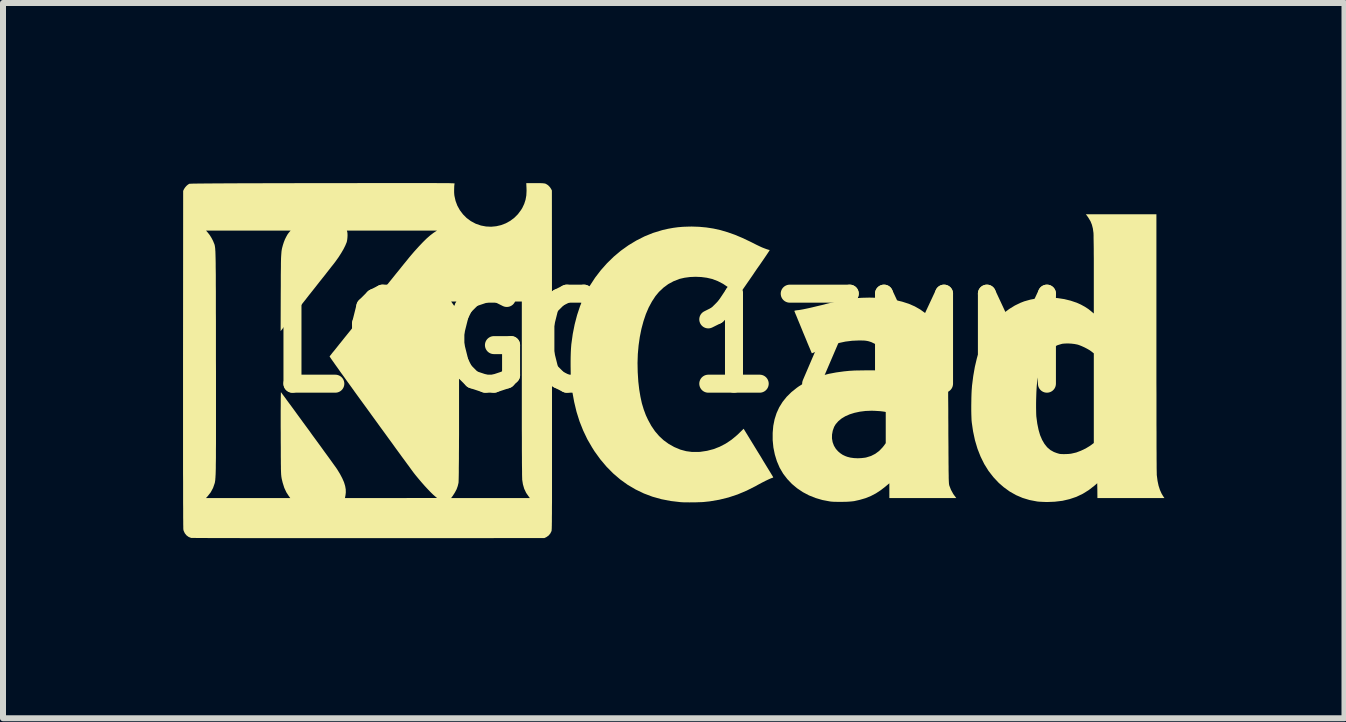
<source format=kicad_pcb>
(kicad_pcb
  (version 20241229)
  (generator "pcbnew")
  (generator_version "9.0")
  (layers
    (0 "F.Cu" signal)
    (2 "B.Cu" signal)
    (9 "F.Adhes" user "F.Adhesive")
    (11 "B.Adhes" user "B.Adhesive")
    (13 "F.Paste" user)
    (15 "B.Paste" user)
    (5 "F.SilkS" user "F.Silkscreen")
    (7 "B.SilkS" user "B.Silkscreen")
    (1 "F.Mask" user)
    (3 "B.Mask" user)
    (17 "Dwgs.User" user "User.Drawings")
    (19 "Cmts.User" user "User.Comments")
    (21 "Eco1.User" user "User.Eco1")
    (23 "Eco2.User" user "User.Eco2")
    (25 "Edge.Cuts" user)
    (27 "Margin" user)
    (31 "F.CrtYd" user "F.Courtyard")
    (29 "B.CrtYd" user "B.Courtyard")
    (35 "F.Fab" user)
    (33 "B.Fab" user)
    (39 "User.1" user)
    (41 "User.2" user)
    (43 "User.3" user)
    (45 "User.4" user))
  (footprint "LOGO 17MM"
    (layer "F.Cu")
    (at 8.109 2.665)
    (property "Reference" "LOGO 17MM" (at 0 0 0) (layer "F.SilkS") (effects (font (size 1.5 1.5) (thickness 0.3))))
    (attr board_only exclude_from_pos_files exclude_from_bom)
    (fp_poly (pts (xy 8.11 -0.004) (xy 8.11 0.227) (xy 8.11 0.445) (xy 8.11 0.651) (xy 8.111 0.845) (xy 8.111 1.026) (xy 8.111 1.194) (xy 8.111 1.349) (xy 8.112 1.492) (xy 8.112 1.622) (xy 8.112 1.739) (xy 8.113 1.843) (xy 8.113 1.934) (xy 8.114 2.013) (xy 8.114 2.078) (xy 8.115 2.13) (xy 8.116 2.169) (xy 8.116 2.195) (xy 8.117 2.206) (xy 8.129 2.298) (xy 8.146 2.378) (xy 8.169 2.449) (xy 8.197 2.511) (xy 8.224 2.556) (xy 8.244 2.584) (xy 7.686 2.584) (xy 7.127 2.584) (xy 7.126 2.461) (xy 7.124 2.337) (xy 7.077 2.378) (xy 6.983 2.451) (xy 6.883 2.513) (xy 6.776 2.564) (xy 6.663 2.602) (xy 6.543 2.63) (xy 6.416 2.645) (xy 6.292 2.65) (xy 6.248 2.649) (xy 6.204 2.647) (xy 6.163 2.645) (xy 6.129 2.642) (xy 6.117 2.64) (xy 5.997 2.617) (xy 5.881 2.582) (xy 5.771 2.535) (xy 5.665 2.475) (xy 5.566 2.403) (xy 5.484 2.332) (xy 5.394 2.236) (xy 5.313 2.132) (xy 5.242 2.018) (xy 5.181 1.895) (xy 5.129 1.763) (xy 5.087 1.622) (xy 5.055 1.472) (xy 5.034 1.328) (xy 5.03 1.29) (xy 5.028 1.24) (xy 5.026 1.182) (xy 5.025 1.118) (xy 5.025 1.075) (xy 6.105 1.075) (xy 6.106 1.132) (xy 6.107 1.182) (xy 6.109 1.223) (xy 6.11 1.231) (xy 6.125 1.344) (xy 6.146 1.446) (xy 6.172 1.536) (xy 6.206 1.615) (xy 6.245 1.682) (xy 6.29 1.738) (xy 6.342 1.783) (xy 6.401 1.816) (xy 6.443 1.832) (xy 6.468 1.84) (xy 6.49 1.846) (xy 6.503 1.849) (xy 6.531 1.851) (xy 6.567 1.852) (xy 6.608 1.851) (xy 6.649 1.849) (xy 6.685 1.845) (xy 6.696 1.843) (xy 6.774 1.825) (xy 6.853 1.795) (xy 6.931 1.758) (xy 7.005 1.713) (xy 7.023 1.7) (xy 7.067 1.667) (xy 7.067 0.92) (xy 7.067 0.173) (xy 7.029 0.143) (xy 6.997 0.12) (xy 6.955 0.096) (xy 6.909 0.072) (xy 6.862 0.051) (xy 6.819 0.034) (xy 6.792 0.026) (xy 6.746 0.017) (xy 6.694 0.011) (xy 6.64 0.008) (xy 6.588 0.009) (xy 6.544 0.013) (xy 6.531 0.016) (xy 6.464 0.036) (xy 6.402 0.067) (xy 6.347 0.11) (xy 6.297 0.163) (xy 6.253 0.228) (xy 6.214 0.304) (xy 6.181 0.392) (xy 6.154 0.492) (xy 6.131 0.604) (xy 6.12 0.678) (xy 6.116 0.716) (xy 6.113 0.764) (xy 6.11 0.821) (xy 6.108 0.882) (xy 6.106 0.947) (xy 6.105 1.012) (xy 6.105 1.075) (xy 5.025 1.075) (xy 5.025 1.05) (xy 5.026 0.98) (xy 5.027 0.911) (xy 5.029 0.846) (xy 5.032 0.786) (xy 5.036 0.735) (xy 5.037 0.717) (xy 5.058 0.552) (xy 5.085 0.397) (xy 5.119 0.253) (xy 5.16 0.118) (xy 5.208 -0.006) (xy 5.264 -0.122) (xy 5.328 -0.229) (xy 5.399 -0.328) (xy 5.424 -0.358) (xy 5.494 -0.434) (xy 5.574 -0.504) (xy 5.66 -0.568) (xy 5.751 -0.624) (xy 5.844 -0.669) (xy 5.908 -0.694) (xy 6.012 -0.723) (xy 6.121 -0.743) (xy 6.234 -0.754) (xy 6.349 -0.755) (xy 6.463 -0.748) (xy 6.575 -0.731) (xy 6.681 -0.705) (xy 6.782 -0.671) (xy 6.849 -0.641) (xy 6.917 -0.604) (xy 6.977 -0.565) (xy 7.029 -0.523) (xy 7.067 -0.491) (xy 7.067 -1.127) (xy 7.067 -1.225) (xy 7.067 -1.32) (xy 7.067 -1.409) (xy 7.066 -1.493) (xy 7.066 -1.57) (xy 7.065 -1.639) (xy 7.064 -1.7) (xy 7.063 -1.752) (xy 7.063 -1.792) (xy 7.062 -1.822) (xy 7.061 -1.837) (xy 7.051 -1.909) (xy 7.035 -1.971) (xy 7.012 -2.028) (xy 6.979 -2.083) (xy 6.96 -2.111) (xy 6.934 -2.145) (xy 7.522 -2.145) (xy 8.11 -2.145)) (stroke (width 0) (type solid)) (fill yes) (layer "F.SilkS"))
    (fp_poly (pts (xy 0.49 -1.936) (xy 0.61 -1.925) (xy 0.727 -1.907) (xy 0.845 -1.881) (xy 0.964 -1.846) (xy 1.086 -1.803) (xy 1.212 -1.75) (xy 1.345 -1.687) (xy 1.385 -1.667) (xy 1.444 -1.637) (xy 1.494 -1.613) (xy 1.537 -1.593) (xy 1.575 -1.578) (xy 1.61 -1.565) (xy 1.644 -1.554) (xy 1.66 -1.55) (xy 1.662 -1.55) (xy 1.664 -1.55) (xy 1.665 -1.55) (xy 1.665 -1.548) (xy 1.664 -1.544) (xy 1.661 -1.538) (xy 1.655 -1.529) (xy 1.646 -1.515) (xy 1.634 -1.497) (xy 1.618 -1.473) (xy 1.597 -1.442) (xy 1.572 -1.405) (xy 1.541 -1.36) (xy 1.504 -1.306) (xy 1.46 -1.244) (xy 1.41 -1.171) (xy 1.389 -1.139) (xy 1.133 -0.769) (xy 1.121 -0.785) (xy 1.051 -0.861) (xy 0.974 -0.928) (xy 0.89 -0.985) (xy 0.801 -1.031) (xy 0.709 -1.066) (xy 0.705 -1.067) (xy 0.618 -1.087) (xy 0.526 -1.099) (xy 0.431 -1.103) (xy 0.338 -1.099) (xy 0.248 -1.087) (xy 0.165 -1.068) (xy 0.16 -1.066) (xy 0.065 -1.029) (xy -0.024 -0.981) (xy -0.105 -0.921) (xy -0.179 -0.851) (xy -0.237 -0.781) (xy -0.296 -0.691) (xy -0.35 -0.591) (xy -0.397 -0.481) (xy -0.437 -0.362) (xy -0.471 -0.235) (xy -0.498 -0.101) (xy -0.518 0.039) (xy -0.531 0.184) (xy -0.536 0.332) (xy -0.533 0.483) (xy -0.532 0.501) (xy -0.523 0.643) (xy -0.508 0.773) (xy -0.488 0.893) (xy -0.464 1.004) (xy -0.433 1.107) (xy -0.397 1.204) (xy -0.362 1.279) (xy -0.307 1.38) (xy -0.245 1.471) (xy -0.177 1.55) (xy -0.102 1.62) (xy -0.018 1.681) (xy 0.074 1.733) (xy 0.083 1.737) (xy 0.178 1.777) (xy 0.275 1.803) (xy 0.374 1.816) (xy 0.477 1.816) (xy 0.509 1.814) (xy 0.622 1.797) (xy 0.73 1.769) (xy 0.833 1.729) (xy 0.933 1.677) (xy 1.029 1.613) (xy 1.122 1.536) (xy 1.169 1.491) (xy 1.232 1.429) (xy 1.478 1.831) (xy 1.519 1.897) (xy 1.557 1.961) (xy 1.593 2.02) (xy 1.626 2.074) (xy 1.655 2.121) (xy 1.68 2.162) (xy 1.7 2.195) (xy 1.715 2.22) (xy 1.723 2.234) (xy 1.726 2.238) (xy 1.721 2.243) (xy 1.707 2.249) (xy 1.699 2.251) (xy 1.674 2.261) (xy 1.639 2.277) (xy 1.593 2.299) (xy 1.536 2.328) (xy 1.469 2.364) (xy 1.43 2.386) (xy 1.281 2.461) (xy 1.131 2.524) (xy 0.98 2.574) (xy 0.826 2.612) (xy 0.668 2.639) (xy 0.563 2.65) (xy 0.529 2.652) (xy 0.487 2.653) (xy 0.437 2.655) (xy 0.384 2.655) (xy 0.33 2.656) (xy 0.279 2.655) (xy 0.233 2.655) (xy 0.196 2.653) (xy 0.179 2.652) (xy 0.017 2.633) (xy -0.138 2.603) (xy -0.288 2.561) (xy -0.431 2.507) (xy -0.568 2.441) (xy -0.699 2.364) (xy -0.823 2.275) (xy -0.94 2.175) (xy -1.051 2.063) (xy -1.155 1.94) (xy -1.252 1.806) (xy -1.293 1.741) (xy -1.373 1.603) (xy -1.442 1.458) (xy -1.502 1.307) (xy -1.552 1.148) (xy -1.592 0.981) (xy -1.624 0.805) (xy -1.638 0.694) (xy -1.643 0.648) (xy -1.646 0.59) (xy -1.649 0.525) (xy -1.65 0.453) (xy -1.651 0.379) (xy -1.651 0.303) (xy -1.65 0.23) (xy -1.648 0.161) (xy -1.645 0.098) (xy -1.641 0.045) (xy -1.639 0.021) (xy -1.615 -0.151) (xy -1.583 -0.312) (xy -1.543 -0.465) (xy -1.495 -0.61) (xy -1.47 -0.673) (xy -1.405 -0.818) (xy -1.329 -0.956) (xy -1.243 -1.088) (xy -1.147 -1.213) (xy -1.043 -1.33) (xy -0.931 -1.439) (xy -0.813 -1.538) (xy -0.687 -1.628) (xy -0.556 -1.707) (xy -0.42 -1.776) (xy -0.28 -1.833) (xy -0.136 -1.877) (xy -0.115 -1.883) (xy -0.026 -1.903) (xy 0.057 -1.918) (xy 0.139 -1.929) (xy 0.224 -1.936) (xy 0.315 -1.939) (xy 0.368 -1.94)) (stroke (width 0) (type solid)) (fill yes) (layer "F.SilkS"))
    (fp_poly (pts (xy 3.454 -0.753) (xy 3.575 -0.743) (xy 3.69 -0.729) (xy 3.755 -0.717) (xy 3.875 -0.688) (xy 3.984 -0.653) (xy 4.083 -0.61) (xy 4.173 -0.559) (xy 4.255 -0.5) (xy 4.328 -0.435) (xy 4.389 -0.368) (xy 4.442 -0.294) (xy 4.488 -0.214) (xy 4.528 -0.125) (xy 4.561 -0.026) (xy 4.589 0.083) (xy 4.596 0.119) (xy 4.602 0.146) (xy 4.607 0.171) (xy 4.611 0.195) (xy 4.615 0.218) (xy 4.619 0.242) (xy 4.622 0.267) (xy 4.625 0.293) (xy 4.628 0.321) (xy 4.63 0.353) (xy 4.632 0.388) (xy 4.634 0.428) (xy 4.635 0.473) (xy 4.636 0.524) (xy 4.637 0.582) (xy 4.638 0.648) (xy 4.639 0.721) (xy 4.64 0.804) (xy 4.64 0.896) (xy 4.641 0.998) (xy 4.642 1.112) (xy 4.642 1.238) (xy 4.643 1.372) (xy 4.643 1.504) (xy 4.644 1.624) (xy 4.645 1.732) (xy 4.645 1.829) (xy 4.646 1.915) (xy 4.646 1.992) (xy 4.647 2.058) (xy 4.647 2.117) (xy 4.648 2.167) (xy 4.649 2.21) (xy 4.649 2.246) (xy 4.65 2.276) (xy 4.651 2.301) (xy 4.652 2.321) (xy 4.653 2.337) (xy 4.654 2.349) (xy 4.656 2.359) (xy 4.657 2.367) (xy 4.659 2.373) (xy 4.659 2.375) (xy 4.687 2.447) (xy 4.725 2.516) (xy 4.743 2.541) (xy 4.775 2.584) (xy 4.218 2.584) (xy 3.66 2.584) (xy 3.66 2.461) (xy 3.66 2.338) (xy 3.598 2.39) (xy 3.517 2.453) (xy 3.436 2.506) (xy 3.352 2.55) (xy 3.263 2.586) (xy 3.167 2.614) (xy 3.074 2.635) (xy 3.041 2.639) (xy 2.998 2.643) (xy 2.947 2.646) (xy 2.892 2.647) (xy 2.836 2.648) (xy 2.782 2.647) (xy 2.732 2.646) (xy 2.69 2.643) (xy 2.668 2.64) (xy 2.546 2.617) (xy 2.43 2.583) (xy 2.32 2.539) (xy 2.218 2.485) (xy 2.123 2.421) (xy 2.037 2.349) (xy 1.96 2.268) (xy 1.892 2.18) (xy 1.835 2.083) (xy 1.831 2.075) (xy 1.786 1.97) (xy 1.752 1.859) (xy 1.728 1.742) (xy 1.716 1.62) (xy 1.716 1.59) (xy 2.704 1.59) (xy 2.715 1.653) (xy 2.737 1.712) (xy 2.77 1.766) (xy 2.806 1.806) (xy 2.844 1.838) (xy 2.881 1.863) (xy 2.922 1.883) (xy 2.96 1.897) (xy 3.011 1.91) (xy 3.07 1.918) (xy 3.134 1.921) (xy 3.197 1.918) (xy 3.257 1.911) (xy 3.276 1.907) (xy 3.354 1.883) (xy 3.425 1.847) (xy 3.489 1.8) (xy 3.546 1.741) (xy 3.571 1.71) (xy 3.6 1.669) (xy 3.6 1.41) (xy 3.6 1.15) (xy 3.582 1.146) (xy 3.548 1.141) (xy 3.506 1.136) (xy 3.457 1.133) (xy 3.407 1.13) (xy 3.361 1.129) (xy 3.261 1.133) (xy 3.167 1.145) (xy 3.079 1.164) (xy 2.999 1.189) (xy 2.926 1.221) (xy 2.863 1.259) (xy 2.81 1.303) (xy 2.767 1.352) (xy 2.74 1.397) (xy 2.717 1.461) (xy 2.705 1.526) (xy 2.704 1.59) (xy 1.716 1.59) (xy 1.716 1.498) (xy 1.726 1.381) (xy 1.748 1.271) (xy 1.781 1.168) (xy 1.825 1.072) (xy 1.881 0.982) (xy 1.948 0.898) (xy 2.028 0.819) (xy 2.119 0.746) (xy 2.159 0.718) (xy 2.247 0.664) (xy 2.339 0.618) (xy 2.436 0.577) (xy 2.54 0.543) (xy 2.652 0.514) (xy 2.773 0.491) (xy 2.905 0.473) (xy 2.996 0.464) (xy 3.034 0.462) (xy 3.082 0.459) (xy 3.139 0.458) (xy 3.201 0.457) (xy 3.266 0.456) (xy 3.33 0.456) (xy 3.393 0.456) (xy 3.45 0.457) (xy 3.499 0.459) (xy 3.535 0.46) (xy 3.613 0.466) (xy 3.613 0.427) (xy 3.607 0.345) (xy 3.591 0.264) (xy 3.565 0.188) (xy 3.553 0.16) (xy 3.518 0.103) (xy 3.475 0.055) (xy 3.422 0.016) (xy 3.36 -0.014) (xy 3.317 -0.028) (xy 3.294 -0.033) (xy 3.271 -0.037) (xy 3.246 -0.04) (xy 3.214 -0.041) (xy 3.174 -0.042) (xy 3.155 -0.042) (xy 3.041 -0.037) (xy 2.927 -0.023) (xy 2.812 0.002) (xy 2.694 0.037) (xy 2.572 0.083) (xy 2.456 0.134) (xy 2.425 0.149) (xy 2.399 0.16) (xy 2.38 0.168) (xy 2.37 0.172) (xy 2.369 0.172) (xy 2.366 0.166) (xy 2.358 0.148) (xy 2.347 0.121) (xy 2.332 0.085) (xy 2.314 0.043) (xy 2.294 -0.005) (xy 2.273 -0.057) (xy 2.25 -0.112) (xy 2.226 -0.169) (xy 2.203 -0.226) (xy 2.18 -0.282) (xy 2.158 -0.336) (xy 2.137 -0.386) (xy 2.119 -0.431) (xy 2.103 -0.469) (xy 2.09 -0.5) (xy 2.082 -0.521) (xy 2.077 -0.533) (xy 2.077 -0.534) (xy 2.083 -0.538) (xy 2.099 -0.542) (xy 2.125 -0.546) (xy 2.126 -0.546) (xy 2.154 -0.549) (xy 2.186 -0.554) (xy 2.224 -0.561) (xy 2.268 -0.57) (xy 2.32 -0.581) (xy 2.381 -0.595) (xy 2.451 -0.612) (xy 2.532 -0.631) (xy 2.613 -0.652) (xy 2.674 -0.667) (xy 2.735 -0.681) (xy 2.793 -0.695) (xy 2.846 -0.707) (xy 2.892 -0.717) (xy 2.93 -0.725) (xy 2.958 -0.73) (xy 2.962 -0.731) (xy 3.079 -0.745) (xy 3.202 -0.753) (xy 3.328 -0.756)) (stroke (width 0) (type solid)) (fill yes) (layer "F.SilkS"))
    (fp_poly (pts (xy -4.268 -2.665) (xy -4.174 -2.665) (xy -4.088 -2.665) (xy -4.011 -2.665) (xy -3.942 -2.665) (xy -3.88 -2.664) (xy -3.826 -2.664) (xy -3.779 -2.664) (xy -3.737 -2.663) (xy -3.702 -2.663) (xy -3.672 -2.663) (xy -3.648 -2.662) (xy -3.628 -2.661) (xy -3.612 -2.661) (xy -3.6 -2.66) (xy -3.592 -2.659) (xy -3.587 -2.659) (xy -3.584 -2.658) (xy -3.584 -2.657) (xy -3.587 -2.641) (xy -3.59 -2.615) (xy -3.591 -2.583) (xy -3.592 -2.547) (xy -3.592 -2.511) (xy -3.59 -2.479) (xy -3.587 -2.452) (xy -3.568 -2.367) (xy -3.538 -2.287) (xy -3.496 -2.212) (xy -3.444 -2.143) (xy -3.383 -2.082) (xy -3.314 -2.031) (xy -3.238 -1.99) (xy -3.229 -1.986) (xy -3.145 -1.957) (xy -3.06 -1.941) (xy -2.975 -1.937) (xy -2.891 -1.945) (xy -2.809 -1.964) (xy -2.731 -1.994) (xy -2.657 -2.035) (xy -2.589 -2.086) (xy -2.529 -2.146) (xy -2.477 -2.216) (xy -2.455 -2.252) (xy -2.424 -2.318) (xy -2.402 -2.386) (xy -2.389 -2.458) (xy -2.385 -2.537) (xy -2.386 -2.577) (xy -2.39 -2.664) (xy -2.239 -2.663) (xy -2.189 -2.663) (xy -2.151 -2.663) (xy -2.122 -2.662) (xy -2.101 -2.66) (xy -2.085 -2.658) (xy -2.073 -2.655) (xy -2.062 -2.651) (xy -2.062 -2.651) (xy -2.027 -2.629) (xy -1.996 -2.597) (xy -1.977 -2.568) (xy -1.963 -2.541) (xy -1.961 0.282) (xy -1.961 0.515) (xy -1.961 0.734) (xy -1.961 0.941) (xy -1.961 1.136) (xy -1.961 1.319) (xy -1.961 1.49) (xy -1.961 1.651) (xy -1.961 1.8) (xy -1.961 1.94) (xy -1.961 2.069) (xy -1.961 2.189) (xy -1.961 2.3) (xy -1.961 2.401) (xy -1.961 2.494) (xy -1.961 2.579) (xy -1.961 2.657) (xy -1.962 2.727) (xy -1.962 2.789) (xy -1.962 2.846) (xy -1.963 2.896) (xy -1.963 2.939) (xy -1.963 2.978) (xy -1.964 3.011) (xy -1.964 3.039) (xy -1.965 3.063) (xy -1.965 3.083) (xy -1.966 3.099) (xy -1.967 3.112) (xy -1.967 3.122) (xy -1.968 3.129) (xy -1.969 3.133) (xy -1.97 3.136) (xy -1.989 3.174) (xy -2.017 3.208) (xy -2.052 3.233) (xy -2.057 3.236) (xy -2.089 3.251) (xy -5.022 3.252) (xy -5.218 3.252) (xy -5.412 3.252) (xy -5.602 3.252) (xy -5.788 3.252) (xy -5.969 3.252) (xy -6.145 3.252) (xy -6.316 3.252) (xy -6.48 3.252) (xy -6.639 3.252) (xy -6.791 3.252) (xy -6.936 3.252) (xy -7.073 3.252) (xy -7.202 3.251) (xy -7.323 3.251) (xy -7.435 3.251) (xy -7.537 3.251) (xy -7.63 3.251) (xy -7.713 3.25) (xy -7.785 3.25) (xy -7.847 3.25) (xy -7.897 3.249) (xy -7.935 3.249) (xy -7.96 3.249) (xy -7.974 3.248) (xy -7.975 3.248) (xy -8.016 3.232) (xy -8.052 3.205) (xy -8.08 3.17) (xy -8.099 3.129) (xy -8.103 3.113) (xy -8.104 3.105) (xy -8.105 3.087) (xy -8.105 3.058) (xy -8.106 3.019) (xy -8.106 2.97) (xy -8.107 2.91) (xy -8.107 2.839) (xy -8.107 2.758) (xy -8.108 2.665) (xy -8.108 2.584) (xy -7.727 2.584) (xy -7.024 2.584) (xy -6.322 2.584) (xy -6.346 2.552) (xy -6.387 2.489) (xy -6.422 2.414) (xy -6.449 2.328) (xy -6.465 2.262) (xy -6.467 2.25) (xy -6.469 2.238) (xy -6.471 2.226) (xy -6.472 2.212) (xy -6.474 2.197) (xy -6.475 2.178) (xy -6.476 2.156) (xy -6.477 2.128) (xy -6.478 2.096) (xy -6.478 2.057) (xy -6.479 2.011) (xy -6.479 1.956) (xy -6.48 1.893) (xy -6.48 1.82) (xy -6.48 1.737) (xy -6.481 1.642) (xy -6.481 1.536) (xy -6.481 1.501) (xy -6.482 1.398) (xy -6.482 1.301) (xy -6.482 1.211) (xy -6.482 1.129) (xy -6.481 1.055) (xy -6.481 0.989) (xy -6.481 0.934) (xy -6.48 0.888) (xy -6.479 0.854) (xy -6.479 0.831) (xy -6.478 0.821) (xy -6.478 0.82) (xy -6.471 0.828) (xy -6.458 0.846) (xy -6.438 0.873) (xy -6.411 0.909) (xy -6.38 0.952) (xy -6.344 1.001) (xy -6.303 1.056) (xy -6.259 1.116) (xy -6.212 1.181) (xy -6.163 1.248) (xy -6.112 1.318) (xy -6.059 1.39) (xy -6.006 1.462) (xy -5.954 1.535) (xy -5.901 1.607) (xy -5.85 1.677) (xy -5.801 1.744) (xy -5.755 1.808) (xy -5.711 1.868) (xy -5.671 1.923) (xy -5.635 1.973) (xy -5.605 2.015) (xy -5.579 2.051) (xy -5.56 2.077) (xy -5.548 2.095) (xy -5.543 2.102) (xy -5.494 2.182) (xy -5.456 2.254) (xy -5.427 2.32) (xy -5.408 2.382) (xy -5.398 2.439) (xy -5.397 2.493) (xy -5.402 2.536) (xy -5.411 2.584) (xy -4.644 2.584) (xy -3.876 2.583) (xy -3.909 2.556) (xy -3.944 2.525) (xy -3.985 2.485) (xy -4.031 2.437) (xy -4.081 2.383) (xy -4.132 2.325) (xy -4.184 2.264) (xy -4.236 2.201) (xy -4.269 2.159) (xy -4.276 2.149) (xy -4.291 2.129) (xy -4.313 2.099) (xy -4.341 2.06) (xy -4.376 2.013) (xy -4.416 1.958) (xy -4.462 1.896) (xy -4.512 1.827) (xy -4.567 1.752) (xy -4.625 1.671) (xy -4.688 1.585) (xy -4.753 1.495) (xy -4.822 1.401) (xy -4.892 1.304) (xy -4.965 1.204) (xy -4.987 1.173) (xy -5.075 1.052) (xy -5.158 0.938) (xy -5.235 0.832) (xy -5.306 0.733) (xy -5.372 0.642) (xy -5.431 0.559) (xy -5.485 0.485) (xy -5.531 0.419) (xy -5.572 0.362) (xy -5.605 0.315) (xy -5.632 0.277) (xy -5.651 0.249) (xy -5.663 0.231) (xy -5.667 0.223) (xy -5.667 0.223) (xy -5.658 0.212) (xy -5.642 0.192) (xy -5.619 0.162) (xy -5.588 0.125) (xy -5.552 0.08) (xy -5.511 0.028) (xy -5.464 -0.03) (xy -5.413 -0.094) (xy -5.358 -0.162) (xy -5.3 -0.234) (xy -5.24 -0.31) (xy -5.177 -0.388) (xy -5.113 -0.468) (xy -5.047 -0.549) (xy -4.982 -0.63) (xy -4.933 -0.691) (xy -3.642 -0.691) (xy -3.631 -0.676) (xy -3.59 -0.617) (xy -3.559 -0.562) (xy -3.537 -0.509) (xy -3.522 -0.456) (xy -3.519 -0.438) (xy -3.518 -0.425) (xy -3.517 -0.4) (xy -3.516 -0.362) (xy -3.515 -0.314) (xy -3.514 -0.256) (xy -3.514 -0.189) (xy -3.513 -0.112) (xy -3.512 -0.028) (xy -3.512 0.062) (xy -3.511 0.16) (xy -3.511 0.262) (xy -3.51 0.37) (xy -3.51 0.481) (xy -3.51 0.595) (xy -3.51 0.712) (xy -3.51 0.83) (xy -3.51 0.949) (xy -3.51 1.068) (xy -3.51 1.187) (xy -3.51 1.303) (xy -3.51 1.417) (xy -3.51 1.529) (xy -3.511 1.636) (xy -3.511 1.738) (xy -3.512 1.835) (xy -3.512 1.926) (xy -3.513 2.009) (xy -3.514 2.085) (xy -3.514 2.152) (xy -3.515 2.21) (xy -3.516 2.258) (xy -3.517 2.294) (xy -3.518 2.319) (xy -3.519 2.331) (xy -3.532 2.385) (xy -3.551 2.438) (xy -3.579 2.491) (xy -3.616 2.549) (xy -3.631 2.569) (xy -3.642 2.584) (xy -2.986 2.584) (xy -2.33 2.584) (xy -2.347 2.562) (xy -2.391 2.499) (xy -2.424 2.43) (xy -2.446 2.354) (xy -2.458 2.276) (xy -2.458 2.261) (xy -2.459 2.232) (xy -2.46 2.191) (xy -2.46 2.137) (xy -2.461 2.072) (xy -2.462 1.995) (xy -2.462 1.906) (xy -2.463 1.806) (xy -2.463 1.696) (xy -2.463 1.575) (xy -2.464 1.444) (xy -2.464 1.303) (xy -2.464 1.153) (xy -2.464 0.994) (xy -2.464 0.826) (xy -2.464 0.756) (xy -2.464 -0.691) (xy -3.053 -0.691) (xy -3.642 -0.691) (xy -4.933 -0.691) (xy -4.916 -0.711) (xy -4.852 -0.792) (xy -4.788 -0.87) (xy -4.727 -0.947) (xy -4.668 -1.02) (xy -4.612 -1.089) (xy -4.56 -1.154) (xy -4.511 -1.214) (xy -4.468 -1.268) (xy -4.43 -1.315) (xy -4.397 -1.355) (xy -4.371 -1.387) (xy -4.352 -1.411) (xy -4.341 -1.424) (xy -4.341 -1.425) (xy -4.259 -1.521) (xy -4.182 -1.606) (xy -4.112 -1.68) (xy -4.048 -1.743) (xy -3.988 -1.795) (xy -3.934 -1.836) (xy -3.899 -1.859) (xy -3.876 -1.873) (xy -4.627 -1.873) (xy -5.379 -1.873) (xy -5.372 -1.848) (xy -5.369 -1.824) (xy -5.368 -1.791) (xy -5.37 -1.754) (xy -5.374 -1.718) (xy -5.38 -1.687) (xy -5.383 -1.677) (xy -5.405 -1.624) (xy -5.435 -1.564) (xy -5.473 -1.499) (xy -5.517 -1.43) (xy -5.567 -1.36) (xy -5.585 -1.336) (xy -5.595 -1.323) (xy -5.613 -1.3) (xy -5.638 -1.269) (xy -5.669 -1.229) (xy -5.706 -1.182) (xy -5.748 -1.128) (xy -5.795 -1.069) (xy -5.846 -1.005) (xy -5.899 -0.937) (xy -5.956 -0.865) (xy -6.015 -0.791) (xy -6.056 -0.738) (xy -6.483 -0.198) (xy -6.481 -0.838) (xy -6.48 -0.947) (xy -6.48 -1.043) (xy -6.48 -1.129) (xy -6.479 -1.203) (xy -6.478 -1.268) (xy -6.478 -1.324) (xy -6.477 -1.373) (xy -6.476 -1.414) (xy -6.474 -1.449) (xy -6.472 -1.479) (xy -6.47 -1.505) (xy -6.468 -1.528) (xy -6.465 -1.548) (xy -6.462 -1.566) (xy -6.458 -1.584) (xy -6.453 -1.602) (xy -6.448 -1.621) (xy -6.443 -1.638) (xy -6.429 -1.681) (xy -6.411 -1.727) (xy -6.389 -1.771) (xy -6.367 -1.81) (xy -6.345 -1.84) (xy -6.343 -1.842) (xy -6.316 -1.873) (xy -7.021 -1.873) (xy -7.726 -1.873) (xy -7.697 -1.84) (xy -7.665 -1.799) (xy -7.635 -1.751) (xy -7.61 -1.703) (xy -7.599 -1.677) (xy -7.596 -1.668) (xy -7.592 -1.66) (xy -7.589 -1.652) (xy -7.586 -1.644) (xy -7.583 -1.636) (xy -7.581 -1.626) (xy -7.579 -1.616) (xy -7.577 -1.603) (xy -7.575 -1.588) (xy -7.573 -1.57) (xy -7.572 -1.549) (xy -7.57 -1.524) (xy -7.569 -1.495) (xy -7.568 -1.461) (xy -7.567 -1.422) (xy -7.566 -1.377) (xy -7.565 -1.326) (xy -7.565 -1.268) (xy -7.564 -1.203) (xy -7.563 -1.13) (xy -7.563 -1.049) (xy -7.563 -0.96) (xy -7.562 -0.862) (xy -7.562 -0.754) (xy -7.562 -0.636) (xy -7.562 -0.508) (xy -7.561 -0.368) (xy -7.561 -0.217) (xy -7.561 -0.055) (xy -7.561 0.12) (xy -7.561 0.286) (xy -7.56 0.477) (xy -7.56 0.656) (xy -7.56 0.823) (xy -7.56 0.978) (xy -7.56 1.121) (xy -7.56 1.254) (xy -7.56 1.375) (xy -7.56 1.487) (xy -7.56 1.59) (xy -7.56 1.683) (xy -7.561 1.768) (xy -7.561 1.844) (xy -7.561 1.913) (xy -7.562 1.974) (xy -7.563 2.029) (xy -7.563 2.078) (xy -7.564 2.121) (xy -7.565 2.158) (xy -7.566 2.19) (xy -7.568 2.219) (xy -7.569 2.243) (xy -7.571 2.263) (xy -7.572 2.281) (xy -7.574 2.296) (xy -7.576 2.309) (xy -7.578 2.321) (xy -7.58 2.331) (xy -7.583 2.341) (xy -7.583 2.341) (xy -7.609 2.416) (xy -7.647 2.487) (xy -7.696 2.55) (xy -7.701 2.556) (xy -7.727 2.584) (xy -8.108 2.584) (xy -8.108 2.561) (xy -8.108 2.446) (xy -8.108 2.319) (xy -8.109 2.18) (xy -8.109 2.029) (xy -8.109 1.867) (xy -8.109 1.692) (xy -8.109 1.505) (xy -8.109 1.306) (xy -8.109 1.094) (xy -8.109 0.869) (xy -8.109 0.631) (xy -8.109 0.38) (xy -8.109 0.272) (xy -8.107 -2.534) (xy -8.093 -2.564) (xy -8.076 -2.59) (xy -8.053 -2.617) (xy -8.026 -2.64) (xy -8.005 -2.652) (xy -8.001 -2.653) (xy -7.99 -2.654) (xy -7.974 -2.654) (xy -7.95 -2.655) (xy -7.92 -2.656) (xy -7.883 -2.656) (xy -7.838 -2.657) (xy -7.786 -2.657) (xy -7.725 -2.658) (xy -7.655 -2.658) (xy -7.577 -2.659) (xy -7.49 -2.659) (xy -7.393 -2.66) (xy -7.286 -2.66) (xy -7.169 -2.661) (xy -7.041 -2.661) (xy -6.903 -2.661) (xy -6.753 -2.662) (xy -6.592 -2.662) (xy -6.419 -2.662) (xy -6.233 -2.663) (xy -6.035 -2.663) (xy -5.824 -2.663) (xy -5.784 -2.664) (xy -5.579 -2.664) (xy -5.387 -2.664) (xy -5.208 -2.664) (xy -5.041 -2.665) (xy -4.885 -2.665) (xy -4.741 -2.665) (xy -4.607 -2.665) (xy -4.484 -2.665) (xy -4.371 -2.665)) (stroke (width 0) (type solid)) (fill yes) (layer "F.SilkS")))
  (gr_rect
    (start -3 -3)
    (end 19.353 8.918)
    (stroke (width 0.1) (type default))
    (fill no)
    (layer "Edge.Cuts")))
</source>
